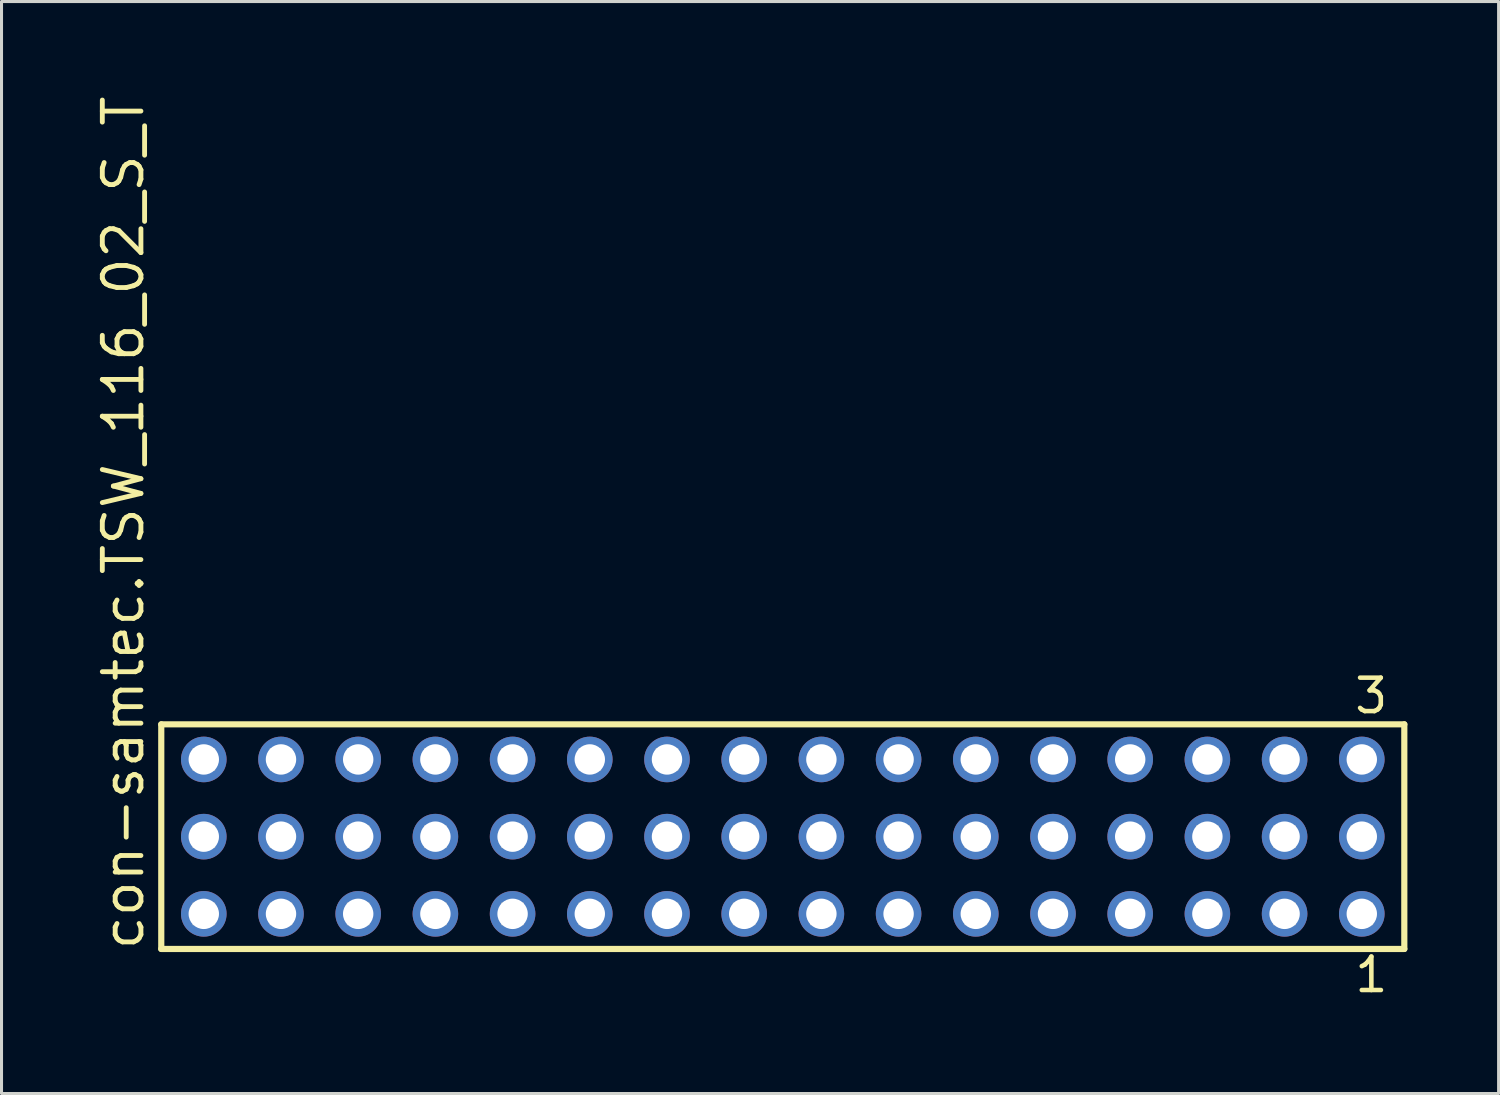
<source format=kicad_pcb>
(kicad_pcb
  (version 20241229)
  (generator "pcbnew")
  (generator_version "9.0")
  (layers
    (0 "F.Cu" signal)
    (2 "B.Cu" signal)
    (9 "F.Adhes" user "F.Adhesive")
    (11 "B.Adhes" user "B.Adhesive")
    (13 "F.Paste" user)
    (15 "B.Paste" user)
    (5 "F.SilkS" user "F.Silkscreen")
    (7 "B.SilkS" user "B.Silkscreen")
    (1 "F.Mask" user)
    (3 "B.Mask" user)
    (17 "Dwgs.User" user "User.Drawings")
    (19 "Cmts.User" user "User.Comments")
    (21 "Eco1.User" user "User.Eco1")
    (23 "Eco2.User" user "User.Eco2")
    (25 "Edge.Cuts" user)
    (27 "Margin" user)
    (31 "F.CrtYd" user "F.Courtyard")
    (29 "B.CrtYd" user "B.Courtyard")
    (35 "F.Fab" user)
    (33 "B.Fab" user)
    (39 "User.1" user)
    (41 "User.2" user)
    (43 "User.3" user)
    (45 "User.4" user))
  (footprint "con-samtec.TSW_116_02_S_T"
    (layer "F.Cu")
    (at 22.705 24.477)
    (property "Reference" "con-samtec.TSW_116_02_S_T" (at -20.955 3.81 90) (layer "F.SilkS") (effects (font (size 1.27 1.27) (thickness 0.16)) (justify left bottom)))
    (attr through_hole)
    (fp_line (start -20.449 -3.695) (end 20.449 -3.695) (stroke (width 0.203) (type default)) (layer "F.SilkS"))
    (fp_line (start -20.449 3.695) (end -20.449 -3.695) (stroke (width 0.203) (type default)) (layer "F.SilkS"))
    (fp_line (start 20.449 -3.695) (end 20.449 3.695) (stroke (width 0.203) (type default)) (layer "F.SilkS"))
    (fp_line (start 20.449 3.695) (end -20.449 3.695) (stroke (width 0.203) (type default)) (layer "F.SilkS"))
    (fp_rect (start -19.4 -2.19) (end -18.7 -2.89) (stroke (width 0.05) (type default)) (fill no) (layer "F.Fab"))
    (fp_rect (start -19.4 0.35) (end -18.7 -0.35) (stroke (width 0.05) (type default)) (fill no) (layer "F.Fab"))
    (fp_rect (start -19.4 2.89) (end -18.7 2.19) (stroke (width 0.05) (type default)) (fill no) (layer "F.Fab"))
    (fp_rect (start -16.86 -2.19) (end -16.16 -2.89) (stroke (width 0.05) (type default)) (fill no) (layer "F.Fab"))
    (fp_rect (start -16.86 0.35) (end -16.16 -0.35) (stroke (width 0.05) (type default)) (fill no) (layer "F.Fab"))
    (fp_rect (start -16.86 2.89) (end -16.16 2.19) (stroke (width 0.05) (type default)) (fill no) (layer "F.Fab"))
    (fp_rect (start -14.32 -2.19) (end -13.62 -2.89) (stroke (width 0.05) (type default)) (fill no) (layer "F.Fab"))
    (fp_rect (start -14.32 0.35) (end -13.62 -0.35) (stroke (width 0.05) (type default)) (fill no) (layer "F.Fab"))
    (fp_rect (start -14.32 2.89) (end -13.62 2.19) (stroke (width 0.05) (type default)) (fill no) (layer "F.Fab"))
    (fp_rect (start -11.78 -2.19) (end -11.08 -2.89) (stroke (width 0.05) (type default)) (fill no) (layer "F.Fab"))
    (fp_rect (start -11.78 0.35) (end -11.08 -0.35) (stroke (width 0.05) (type default)) (fill no) (layer "F.Fab"))
    (fp_rect (start -11.78 2.89) (end -11.08 2.19) (stroke (width 0.05) (type default)) (fill no) (layer "F.Fab"))
    (fp_rect (start -9.24 -2.19) (end -8.54 -2.89) (stroke (width 0.05) (type default)) (fill no) (layer "F.Fab"))
    (fp_rect (start -9.24 0.35) (end -8.54 -0.35) (stroke (width 0.05) (type default)) (fill no) (layer "F.Fab"))
    (fp_rect (start -9.24 2.89) (end -8.54 2.19) (stroke (width 0.05) (type default)) (fill no) (layer "F.Fab"))
    (fp_rect (start -6.7 -2.19) (end -6 -2.89) (stroke (width 0.05) (type default)) (fill no) (layer "F.Fab"))
    (fp_rect (start -6.7 0.35) (end -6 -0.35) (stroke (width 0.05) (type default)) (fill no) (layer "F.Fab"))
    (fp_rect (start -6.7 2.89) (end -6 2.19) (stroke (width 0.05) (type default)) (fill no) (layer "F.Fab"))
    (fp_rect (start -4.16 -2.19) (end -3.46 -2.89) (stroke (width 0.05) (type default)) (fill no) (layer "F.Fab"))
    (fp_rect (start -4.16 0.35) (end -3.46 -0.35) (stroke (width 0.05) (type default)) (fill no) (layer "F.Fab"))
    (fp_rect (start -4.16 2.89) (end -3.46 2.19) (stroke (width 0.05) (type default)) (fill no) (layer "F.Fab"))
    (fp_rect (start -1.62 -2.19) (end -0.92 -2.89) (stroke (width 0.05) (type default)) (fill no) (layer "F.Fab"))
    (fp_rect (start -1.62 0.35) (end -0.92 -0.35) (stroke (width 0.05) (type default)) (fill no) (layer "F.Fab"))
    (fp_rect (start -1.62 2.89) (end -0.92 2.19) (stroke (width 0.05) (type default)) (fill no) (layer "F.Fab"))
    (fp_rect (start 0.92 -2.19) (end 1.62 -2.89) (stroke (width 0.05) (type default)) (fill no) (layer "F.Fab"))
    (fp_rect (start 0.92 0.35) (end 1.62 -0.35) (stroke (width 0.05) (type default)) (fill no) (layer "F.Fab"))
    (fp_rect (start 0.92 2.89) (end 1.62 2.19) (stroke (width 0.05) (type default)) (fill no) (layer "F.Fab"))
    (fp_rect (start 3.46 -2.19) (end 4.16 -2.89) (stroke (width 0.05) (type default)) (fill no) (layer "F.Fab"))
    (fp_rect (start 3.46 0.35) (end 4.16 -0.35) (stroke (width 0.05) (type default)) (fill no) (layer "F.Fab"))
    (fp_rect (start 3.46 2.89) (end 4.16 2.19) (stroke (width 0.05) (type default)) (fill no) (layer "F.Fab"))
    (fp_rect (start 6 -2.19) (end 6.7 -2.89) (stroke (width 0.05) (type default)) (fill no) (layer "F.Fab"))
    (fp_rect (start 6 0.35) (end 6.7 -0.35) (stroke (width 0.05) (type default)) (fill no) (layer "F.Fab"))
    (fp_rect (start 6 2.89) (end 6.7 2.19) (stroke (width 0.05) (type default)) (fill no) (layer "F.Fab"))
    (fp_rect (start 8.54 -2.19) (end 9.24 -2.89) (stroke (width 0.05) (type default)) (fill no) (layer "F.Fab"))
    (fp_rect (start 8.54 0.35) (end 9.24 -0.35) (stroke (width 0.05) (type default)) (fill no) (layer "F.Fab"))
    (fp_rect (start 8.54 2.89) (end 9.24 2.19) (stroke (width 0.05) (type default)) (fill no) (layer "F.Fab"))
    (fp_rect (start 11.08 -2.19) (end 11.78 -2.89) (stroke (width 0.05) (type default)) (fill no) (layer "F.Fab"))
    (fp_rect (start 11.08 0.35) (end 11.78 -0.35) (stroke (width 0.05) (type default)) (fill no) (layer "F.Fab"))
    (fp_rect (start 11.08 2.89) (end 11.78 2.19) (stroke (width 0.05) (type default)) (fill no) (layer "F.Fab"))
    (fp_rect (start 13.62 -2.19) (end 14.32 -2.89) (stroke (width 0.05) (type default)) (fill no) (layer "F.Fab"))
    (fp_rect (start 13.62 0.35) (end 14.32 -0.35) (stroke (width 0.05) (type default)) (fill no) (layer "F.Fab"))
    (fp_rect (start 13.62 2.89) (end 14.32 2.19) (stroke (width 0.05) (type default)) (fill no) (layer "F.Fab"))
    (fp_rect (start 16.16 -2.19) (end 16.86 -2.89) (stroke (width 0.05) (type default)) (fill no) (layer "F.Fab"))
    (fp_rect (start 16.16 0.35) (end 16.86 -0.35) (stroke (width 0.05) (type default)) (fill no) (layer "F.Fab"))
    (fp_rect (start 16.16 2.89) (end 16.86 2.19) (stroke (width 0.05) (type default)) (fill no) (layer "F.Fab"))
    (fp_rect (start 18.7 -2.19) (end 19.4 -2.89) (stroke (width 0.05) (type default)) (fill no) (layer "F.Fab"))
    (fp_rect (start 18.7 0.35) (end 19.4 -0.35) (stroke (width 0.05) (type default)) (fill no) (layer "F.Fab"))
    (fp_rect (start 18.7 2.89) (end 19.4 2.19) (stroke (width 0.05) (type default)) (fill no) (layer "F.Fab"))
    (fp_text user "1" (at 18.742 5.188 0) (layer "F.SilkS") (effects (font (size 1.1 1.1) (thickness 0.15)) (justify left bottom)))
    (fp_text user "3" (at 18.738 -3.989 0) (layer "F.SilkS") (effects (font (size 1.1 1.1) (thickness 0.15)) (justify left bottom)))
    (pad "1" thru_hole circle (at 19.05 2.54 180) (size 1.5 1.5) (drill 1) (layers "*.Cu" "*.Mask"))
    (pad "2" thru_hole circle (at 19.05 0 180) (size 1.5 1.5) (drill 1) (layers "*.Cu" "*.Mask"))
    (pad "3" thru_hole circle (at 19.05 -2.54 180) (size 1.5 1.5) (drill 1) (layers "*.Cu" "*.Mask"))
    (pad "4" thru_hole circle (at 16.51 2.54 180) (size 1.5 1.5) (drill 1) (layers "*.Cu" "*.Mask"))
    (pad "5" thru_hole circle (at 16.51 0 180) (size 1.5 1.5) (drill 1) (layers "*.Cu" "*.Mask"))
    (pad "6" thru_hole circle (at 16.51 -2.54 180) (size 1.5 1.5) (drill 1) (layers "*.Cu" "*.Mask"))
    (pad "7" thru_hole circle (at 13.97 2.54 180) (size 1.5 1.5) (drill 1) (layers "*.Cu" "*.Mask"))
    (pad "8" thru_hole circle (at 13.97 0 180) (size 1.5 1.5) (drill 1) (layers "*.Cu" "*.Mask"))
    (pad "9" thru_hole circle (at 13.97 -2.54 180) (size 1.5 1.5) (drill 1) (layers "*.Cu" "*.Mask"))
    (pad "10" thru_hole circle (at 11.43 2.54 180) (size 1.5 1.5) (drill 1) (layers "*.Cu" "*.Mask"))
    (pad "11" thru_hole circle (at 11.43 0 180) (size 1.5 1.5) (drill 1) (layers "*.Cu" "*.Mask"))
    (pad "12" thru_hole circle (at 11.43 -2.54 180) (size 1.5 1.5) (drill 1) (layers "*.Cu" "*.Mask"))
    (pad "13" thru_hole circle (at 8.89 2.54 180) (size 1.5 1.5) (drill 1) (layers "*.Cu" "*.Mask"))
    (pad "14" thru_hole circle (at 8.89 0 180) (size 1.5 1.5) (drill 1) (layers "*.Cu" "*.Mask"))
    (pad "15" thru_hole circle (at 8.89 -2.54 180) (size 1.5 1.5) (drill 1) (layers "*.Cu" "*.Mask"))
    (pad "16" thru_hole circle (at 6.35 2.54 180) (size 1.5 1.5) (drill 1) (layers "*.Cu" "*.Mask"))
    (pad "17" thru_hole circle (at 6.35 0 180) (size 1.5 1.5) (drill 1) (layers "*.Cu" "*.Mask"))
    (pad "18" thru_hole circle (at 6.35 -2.54 180) (size 1.5 1.5) (drill 1) (layers "*.Cu" "*.Mask"))
    (pad "19" thru_hole circle (at 3.81 2.54 180) (size 1.5 1.5) (drill 1) (layers "*.Cu" "*.Mask"))
    (pad "20" thru_hole circle (at 3.81 0 180) (size 1.5 1.5) (drill 1) (layers "*.Cu" "*.Mask"))
    (pad "21" thru_hole circle (at 3.81 -2.54 180) (size 1.5 1.5) (drill 1) (layers "*.Cu" "*.Mask"))
    (pad "22" thru_hole circle (at 1.27 2.54 180) (size 1.5 1.5) (drill 1) (layers "*.Cu" "*.Mask"))
    (pad "23" thru_hole circle (at 1.27 0 180) (size 1.5 1.5) (drill 1) (layers "*.Cu" "*.Mask"))
    (pad "24" thru_hole circle (at 1.27 -2.54 180) (size 1.5 1.5) (drill 1) (layers "*.Cu" "*.Mask"))
    (pad "25" thru_hole circle (at -1.27 2.54 180) (size 1.5 1.5) (drill 1) (layers "*.Cu" "*.Mask"))
    (pad "26" thru_hole circle (at -1.27 0 180) (size 1.5 1.5) (drill 1) (layers "*.Cu" "*.Mask"))
    (pad "27" thru_hole circle (at -1.27 -2.54 180) (size 1.5 1.5) (drill 1) (layers "*.Cu" "*.Mask"))
    (pad "28" thru_hole circle (at -3.81 2.54 180) (size 1.5 1.5) (drill 1) (layers "*.Cu" "*.Mask"))
    (pad "29" thru_hole circle (at -3.81 0 180) (size 1.5 1.5) (drill 1) (layers "*.Cu" "*.Mask"))
    (pad "30" thru_hole circle (at -3.81 -2.54 180) (size 1.5 1.5) (drill 1) (layers "*.Cu" "*.Mask"))
    (pad "31" thru_hole circle (at -6.35 2.54 180) (size 1.5 1.5) (drill 1) (layers "*.Cu" "*.Mask"))
    (pad "32" thru_hole circle (at -6.35 0 180) (size 1.5 1.5) (drill 1) (layers "*.Cu" "*.Mask"))
    (pad "33" thru_hole circle (at -6.35 -2.54 180) (size 1.5 1.5) (drill 1) (layers "*.Cu" "*.Mask"))
    (pad "34" thru_hole circle (at -8.89 2.54 180) (size 1.5 1.5) (drill 1) (layers "*.Cu" "*.Mask"))
    (pad "35" thru_hole circle (at -8.89 0 180) (size 1.5 1.5) (drill 1) (layers "*.Cu" "*.Mask"))
    (pad "36" thru_hole circle (at -8.89 -2.54 180) (size 1.5 1.5) (drill 1) (layers "*.Cu" "*.Mask"))
    (pad "37" thru_hole circle (at -11.43 2.54 180) (size 1.5 1.5) (drill 1) (layers "*.Cu" "*.Mask"))
    (pad "38" thru_hole circle (at -11.43 0 180) (size 1.5 1.5) (drill 1) (layers "*.Cu" "*.Mask"))
    (pad "39" thru_hole circle (at -11.43 -2.54 180) (size 1.5 1.5) (drill 1) (layers "*.Cu" "*.Mask"))
    (pad "40" thru_hole circle (at -13.97 2.54 180) (size 1.5 1.5) (drill 1) (layers "*.Cu" "*.Mask"))
    (pad "41" thru_hole circle (at -13.97 0 180) (size 1.5 1.5) (drill 1) (layers "*.Cu" "*.Mask"))
    (pad "42" thru_hole circle (at -13.97 -2.54 180) (size 1.5 1.5) (drill 1) (layers "*.Cu" "*.Mask"))
    (pad "43" thru_hole circle (at -16.51 2.54 180) (size 1.5 1.5) (drill 1) (layers "*.Cu" "*.Mask"))
    (pad "44" thru_hole circle (at -16.51 0 180) (size 1.5 1.5) (drill 1) (layers "*.Cu" "*.Mask"))
    (pad "45" thru_hole circle (at -16.51 -2.54 180) (size 1.5 1.5) (drill 1) (layers "*.Cu" "*.Mask"))
    (pad "46" thru_hole circle (at -19.05 2.54 180) (size 1.5 1.5) (drill 1) (layers "*.Cu" "*.Mask"))
    (pad "47" thru_hole circle (at -19.05 0 180) (size 1.5 1.5) (drill 1) (layers "*.Cu" "*.Mask"))
    (pad "48" thru_hole circle (at -19.05 -2.54 180) (size 1.5 1.5) (drill 1) (layers "*.Cu" "*.Mask")))
  (gr_rect
    (start -3 -3)
    (end 46.256 32.928)
    (stroke (width 0.1) (type default))
    (fill no)
    (layer "Edge.Cuts")))
</source>
